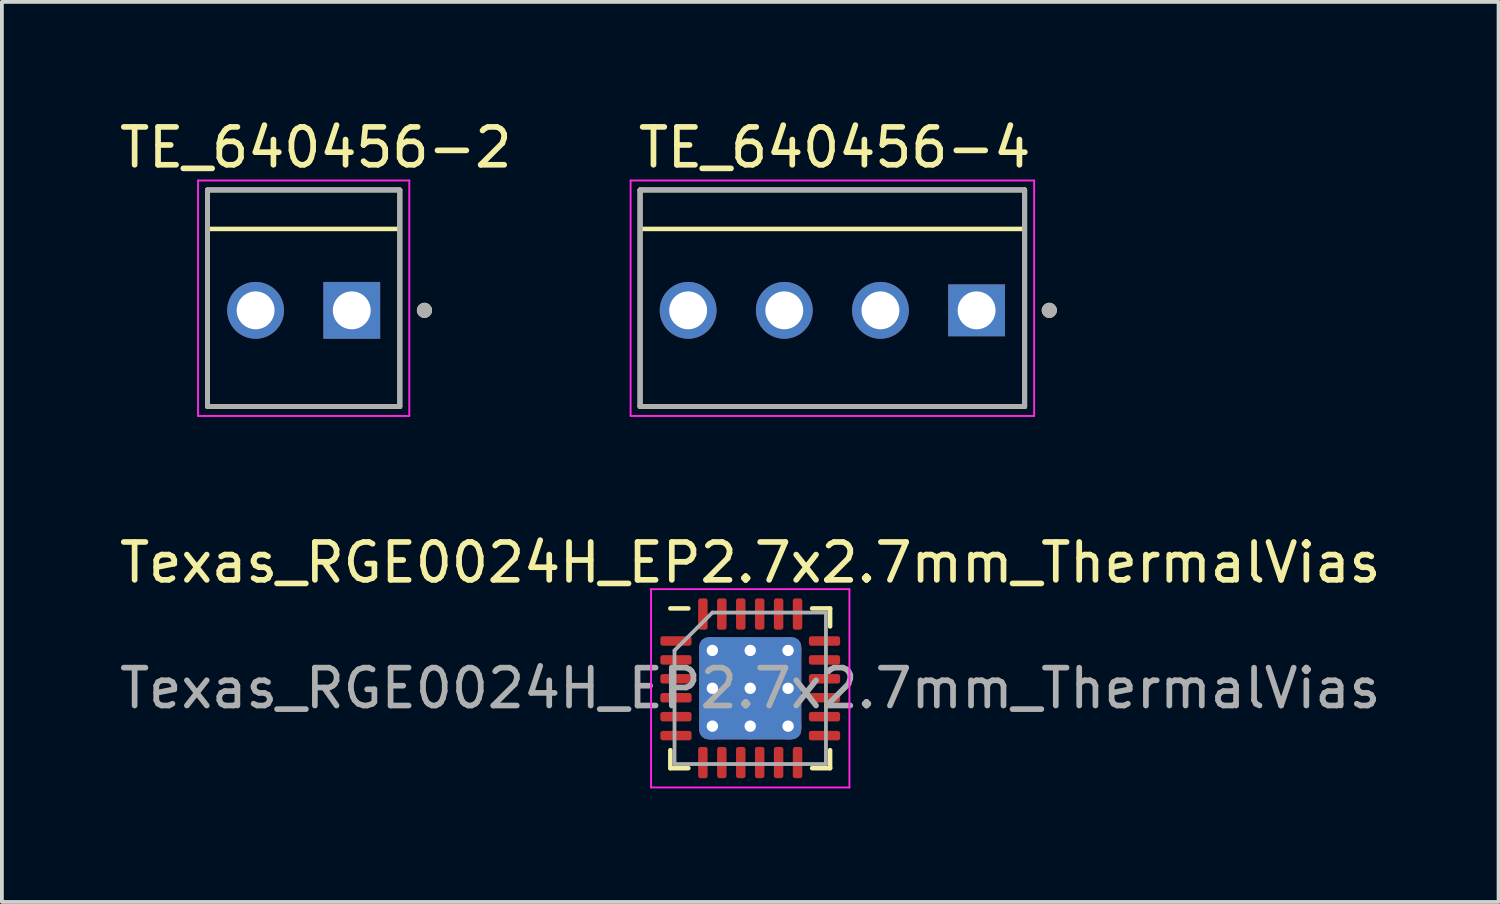
<source format=kicad_pcb>
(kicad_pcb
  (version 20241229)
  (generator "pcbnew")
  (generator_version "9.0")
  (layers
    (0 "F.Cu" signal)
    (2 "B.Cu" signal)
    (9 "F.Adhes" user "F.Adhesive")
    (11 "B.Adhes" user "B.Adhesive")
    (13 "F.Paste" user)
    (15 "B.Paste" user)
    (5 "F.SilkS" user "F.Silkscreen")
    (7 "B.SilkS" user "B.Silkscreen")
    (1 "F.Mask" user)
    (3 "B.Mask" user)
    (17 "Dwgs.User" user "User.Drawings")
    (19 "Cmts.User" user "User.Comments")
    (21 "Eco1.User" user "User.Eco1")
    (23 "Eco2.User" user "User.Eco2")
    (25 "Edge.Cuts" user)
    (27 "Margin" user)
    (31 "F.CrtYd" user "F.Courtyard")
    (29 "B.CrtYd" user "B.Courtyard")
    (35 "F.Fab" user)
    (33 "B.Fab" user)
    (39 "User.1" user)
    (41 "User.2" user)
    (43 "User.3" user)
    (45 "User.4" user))
  (footprint "Texas_RGE0024H_EP2.7x2.7mm_ThermalVias"
    (layer "F.Cu")
    (at 16.768 15.132)
    (property "Reference" "Texas_RGE0024H_EP2.7x2.7mm_ThermalVias" (at 0 -3.32 0) (layer "F.SilkS") (effects (font (size 1 1) (thickness 0.15))))
    (attr smd)
    (fp_line (start -2.11 2.11) (end -2.11 1.635) (stroke (width 0.12) (type solid)) (layer "F.SilkS"))
    (fp_line (start -1.635 -2.11) (end -2.11 -2.11) (stroke (width 0.12) (type solid)) (layer "F.SilkS"))
    (fp_line (start -1.635 2.11) (end -2.11 2.11) (stroke (width 0.12) (type solid)) (layer "F.SilkS"))
    (fp_line (start 1.635 -2.11) (end 2.11 -2.11) (stroke (width 0.12) (type solid)) (layer "F.SilkS"))
    (fp_line (start 1.635 2.11) (end 2.11 2.11) (stroke (width 0.12) (type solid)) (layer "F.SilkS"))
    (fp_line (start 2.11 -2.11) (end 2.11 -1.635) (stroke (width 0.12) (type solid)) (layer "F.SilkS"))
    (fp_line (start 2.11 2.11) (end 2.11 1.635) (stroke (width 0.12) (type solid)) (layer "F.SilkS"))
    (fp_line (start -2.62 -2.62) (end -2.62 2.62) (stroke (width 0.05) (type solid)) (layer "F.CrtYd"))
    (fp_line (start -2.62 2.62) (end 2.62 2.62) (stroke (width 0.05) (type solid)) (layer "F.CrtYd"))
    (fp_line (start 2.62 -2.62) (end -2.62 -2.62) (stroke (width 0.05) (type solid)) (layer "F.CrtYd"))
    (fp_line (start 2.62 2.62) (end 2.62 -2.62) (stroke (width 0.05) (type solid)) (layer "F.CrtYd"))
    (fp_line (start -2 -1) (end -1 -2) (stroke (width 0.1) (type solid)) (layer "F.Fab"))
    (fp_line (start -2 2) (end -2 -1) (stroke (width 0.1) (type solid)) (layer "F.Fab"))
    (fp_line (start -1 -2) (end 2 -2) (stroke (width 0.1) (type solid)) (layer "F.Fab"))
    (fp_line (start 2 -2) (end 2 2) (stroke (width 0.1) (type solid)) (layer "F.Fab"))
    (fp_line (start 2 2) (end -2 2) (stroke (width 0.1) (type solid)) (layer "F.Fab"))
    (fp_text user "${REFERENCE}" (at 0 0 0) (layer "F.Fab") (effects (font (size 1 1) (thickness 0.15))))
    (pad "" smd roundrect (at -0.675 -0.675) (size 1.17 1.17) (layers "F.Paste") (roundrect_rratio 0.214))
    (pad "" smd roundrect (at -0.675 0.675) (size 1.17 1.17) (layers "F.Paste") (roundrect_rratio 0.214))
    (pad "" smd roundrect (at 0.675 -0.675) (size 1.17 1.17) (layers "F.Paste") (roundrect_rratio 0.214))
    (pad "" smd roundrect (at 0.675 0.675) (size 1.17 1.17) (layers "F.Paste") (roundrect_rratio 0.214))
    (pad "1" smd roundrect (at -1.962 -1.25) (size 0.825 0.25) (layers "F.Cu" "F.Mask" "F.Paste") (roundrect_rratio 0.25))
    (pad "2" smd roundrect (at -1.962 -0.75) (size 0.825 0.25) (layers "F.Cu" "F.Mask" "F.Paste") (roundrect_rratio 0.25))
    (pad "3" smd roundrect (at -1.962 -0.25) (size 0.825 0.25) (layers "F.Cu" "F.Mask" "F.Paste") (roundrect_rratio 0.25))
    (pad "4" smd roundrect (at -1.962 0.25) (size 0.825 0.25) (layers "F.Cu" "F.Mask" "F.Paste") (roundrect_rratio 0.25))
    (pad "5" smd roundrect (at -1.962 0.75) (size 0.825 0.25) (layers "F.Cu" "F.Mask" "F.Paste") (roundrect_rratio 0.25))
    (pad "6" smd roundrect (at -1.962 1.25) (size 0.825 0.25) (layers "F.Cu" "F.Mask" "F.Paste") (roundrect_rratio 0.25))
    (pad "7" smd roundrect (at -1.25 1.962) (size 0.25 0.825) (layers "F.Cu" "F.Mask" "F.Paste") (roundrect_rratio 0.25))
    (pad "8" smd roundrect (at -0.75 1.962) (size 0.25 0.825) (layers "F.Cu" "F.Mask" "F.Paste") (roundrect_rratio 0.25))
    (pad "9" smd roundrect (at -0.25 1.962) (size 0.25 0.825) (layers "F.Cu" "F.Mask" "F.Paste") (roundrect_rratio 0.25))
    (pad "10" smd roundrect (at 0.25 1.962) (size 0.25 0.825) (layers "F.Cu" "F.Mask" "F.Paste") (roundrect_rratio 0.25))
    (pad "11" smd roundrect (at 0.75 1.962) (size 0.25 0.825) (layers "F.Cu" "F.Mask" "F.Paste") (roundrect_rratio 0.25))
    (pad "12" smd roundrect (at 1.25 1.962) (size 0.25 0.825) (layers "F.Cu" "F.Mask" "F.Paste") (roundrect_rratio 0.25))
    (pad "13" smd roundrect (at 1.962 1.25) (size 0.825 0.25) (layers "F.Cu" "F.Mask" "F.Paste") (roundrect_rratio 0.25))
    (pad "14" smd roundrect (at 1.962 0.75) (size 0.825 0.25) (layers "F.Cu" "F.Mask" "F.Paste") (roundrect_rratio 0.25))
    (pad "15" smd roundrect (at 1.962 0.25) (size 0.825 0.25) (layers "F.Cu" "F.Mask" "F.Paste") (roundrect_rratio 0.25))
    (pad "16" smd roundrect (at 1.962 -0.25) (size 0.825 0.25) (layers "F.Cu" "F.Mask" "F.Paste") (roundrect_rratio 0.25))
    (pad "17" smd roundrect (at 1.962 -0.75) (size 0.825 0.25) (layers "F.Cu" "F.Mask" "F.Paste") (roundrect_rratio 0.25))
    (pad "18" smd roundrect (at 1.962 -1.25) (size 0.825 0.25) (layers "F.Cu" "F.Mask" "F.Paste") (roundrect_rratio 0.25))
    (pad "19" smd roundrect (at 1.25 -1.962) (size 0.25 0.825) (layers "F.Cu" "F.Mask" "F.Paste") (roundrect_rratio 0.25))
    (pad "20" smd roundrect (at 0.75 -1.962) (size 0.25 0.825) (layers "F.Cu" "F.Mask" "F.Paste") (roundrect_rratio 0.25))
    (pad "21" smd roundrect (at 0.25 -1.962) (size 0.25 0.825) (layers "F.Cu" "F.Mask" "F.Paste") (roundrect_rratio 0.25))
    (pad "22" smd roundrect (at -0.25 -1.962) (size 0.25 0.825) (layers "F.Cu" "F.Mask" "F.Paste") (roundrect_rratio 0.25))
    (pad "23" smd roundrect (at -0.75 -1.962) (size 0.25 0.825) (layers "F.Cu" "F.Mask" "F.Paste") (roundrect_rratio 0.25))
    (pad "24" smd roundrect (at -1.25 -1.962) (size 0.25 0.825) (layers "F.Cu" "F.Mask" "F.Paste") (roundrect_rratio 0.25))
    (pad "25" thru_hole circle (at -1 -1) (size 0.7 0.7) (drill 0.3) (layers "*.Cu"))
    (pad "25" thru_hole circle (at -1 0) (size 0.7 0.7) (drill 0.3) (layers "*.Cu"))
    (pad "25" thru_hole circle (at -1 1) (size 0.7 0.7) (drill 0.3) (layers "*.Cu"))
    (pad "25" thru_hole circle (at 0 -1) (size 0.7 0.7) (drill 0.3) (layers "*.Cu"))
    (pad "25" thru_hole circle (at 0 0) (size 0.7 0.7) (drill 0.3) (layers "*.Cu"))
    (pad "25" smd roundrect (at 0 0) (size 2.7 2.7) (layers "F.Cu" "F.Mask") (roundrect_rratio 0.093))
    (pad "25" smd roundrect (at 0 0) (size 2.7 2.7) (layers "B.Cu") (roundrect_rratio 0.093))
    (pad "25" thru_hole circle (at 0 1) (size 0.7 0.7) (drill 0.3) (layers "*.Cu"))
    (pad "25" thru_hole circle (at 1 -1) (size 0.7 0.7) (drill 0.3) (layers "*.Cu"))
    (pad "25" thru_hole circle (at 1 0) (size 0.7 0.7) (drill 0.3) (layers "*.Cu"))
    (pad "25" thru_hole circle (at 1 1) (size 0.7 0.7) (drill 0.3) (layers "*.Cu")))
  (footprint "TE_640456-4"
    (layer "F.Cu")
    (at 22.748 5.148)
    (property "Reference" "TE_640456-4" (at -3.75 -4.3 0) (layer "F.SilkS") (effects (font (size 1 1) (thickness 0.15))))
    (attr through_hole)
    (fp_line (start -8.89 2.54) (end -8.89 -3.18) (stroke (width 0.127) (type solid)) (layer "F.SilkS"))
    (fp_line (start -8.85 -2.15) (end 1.25 -2.15) (stroke (width 0.12) (type solid)) (layer "F.SilkS"))
    (fp_line (start 1.27 -3.18) (end -8.89 -3.18) (stroke (width 0.127) (type solid)) (layer "F.SilkS"))
    (fp_line (start 1.27 -3.18) (end 1.27 2.54) (stroke (width 0.127) (type solid)) (layer "F.SilkS"))
    (fp_line (start 1.27 2.54) (end -8.89 2.54) (stroke (width 0.127) (type solid)) (layer "F.SilkS"))
    (fp_circle (center 1.92 0) (end 2.02 0) (stroke (width 0.2) (type solid)) (fill no) (layer "F.SilkS"))
    (fp_line (start -9.14 -3.43) (end 1.52 -3.43) (stroke (width 0.05) (type solid)) (layer "F.CrtYd"))
    (fp_line (start -9.14 2.79) (end -9.14 -3.43) (stroke (width 0.05) (type solid)) (layer "F.CrtYd"))
    (fp_line (start 1.52 -3.43) (end 1.52 2.79) (stroke (width 0.05) (type solid)) (layer "F.CrtYd"))
    (fp_line (start 1.52 2.79) (end -9.14 2.79) (stroke (width 0.05) (type solid)) (layer "F.CrtYd"))
    (fp_line (start -8.89 -3.18) (end 1.27 -3.18) (stroke (width 0.127) (type solid)) (layer "F.Fab"))
    (fp_line (start -8.89 -3.18) (end 1.27 -3.18) (stroke (width 0.127) (type solid)) (layer "F.Fab"))
    (fp_line (start -8.89 2.54) (end -8.89 -3.18) (stroke (width 0.127) (type solid)) (layer "F.Fab"))
    (fp_line (start -8.89 2.54) (end -8.89 -3.18) (stroke (width 0.127) (type solid)) (layer "F.Fab"))
    (fp_line (start 1.27 -3.18) (end 1.27 2.54) (stroke (width 0.127) (type solid)) (layer "F.Fab"))
    (fp_line (start 1.27 -3.18) (end 1.27 2.54) (stroke (width 0.127) (type solid)) (layer "F.Fab"))
    (fp_line (start 1.27 2.54) (end -8.89 2.54) (stroke (width 0.127) (type solid)) (layer "F.Fab"))
    (fp_circle (center 1.92 0) (end 2.02 0) (stroke (width 0.2) (type solid)) (fill no) (layer "F.Fab"))
    (pad "1" thru_hole rect (at 0 0) (size 1.5 1.37) (drill 1) (layers "*.Cu" "*.Mask"))
    (pad "2" thru_hole circle (at -2.54 0) (size 1.5 1.5) (drill 1) (layers "*.Cu" "*.Mask"))
    (pad "3" thru_hole circle (at -5.08 0) (size 1.5 1.5) (drill 1) (layers "*.Cu" "*.Mask"))
    (pad "4" thru_hole circle (at -7.62 0) (size 1.5 1.5) (drill 1) (layers "*.Cu" "*.Mask")))
  (footprint "TE_640456-2"
    (layer "F.Cu")
    (at 6.242 5.148)
    (property "Reference" "TE_640456-2" (at -0.95 -4.3 0) (layer "F.SilkS") (effects (font (size 1 1) (thickness 0.15))))
    (attr through_hole)
    (fp_line (start -3.81 2.54) (end -3.81 -3.18) (stroke (width 0.127) (type solid)) (layer "F.SilkS"))
    (fp_line (start -3.8 -2.15) (end 1.25 -2.15) (stroke (width 0.12) (type solid)) (layer "F.SilkS"))
    (fp_line (start 1.27 -3.18) (end -3.81 -3.18) (stroke (width 0.127) (type solid)) (layer "F.SilkS"))
    (fp_line (start 1.27 -3.18) (end 1.27 2.54) (stroke (width 0.127) (type solid)) (layer "F.SilkS"))
    (fp_line (start 1.27 2.54) (end -3.81 2.54) (stroke (width 0.127) (type solid)) (layer "F.SilkS"))
    (fp_circle (center 1.92 0) (end 2.02 0) (stroke (width 0.2) (type solid)) (fill no) (layer "F.SilkS"))
    (fp_line (start -4.06 -3.43) (end 1.52 -3.43) (stroke (width 0.05) (type solid)) (layer "F.CrtYd"))
    (fp_line (start -4.06 2.79) (end -4.06 -3.43) (stroke (width 0.05) (type solid)) (layer "F.CrtYd"))
    (fp_line (start 1.52 -3.43) (end 1.52 2.79) (stroke (width 0.05) (type solid)) (layer "F.CrtYd"))
    (fp_line (start 1.52 2.79) (end -4.06 2.79) (stroke (width 0.05) (type solid)) (layer "F.CrtYd"))
    (fp_line (start -3.81 -3.18) (end 1.27 -3.18) (stroke (width 0.127) (type solid)) (layer "F.Fab"))
    (fp_line (start -3.81 -3.18) (end 1.27 -3.18) (stroke (width 0.127) (type solid)) (layer "F.Fab"))
    (fp_line (start -3.81 2.54) (end -3.81 -3.18) (stroke (width 0.127) (type solid)) (layer "F.Fab"))
    (fp_line (start -3.81 2.54) (end -3.81 -3.18) (stroke (width 0.127) (type solid)) (layer "F.Fab"))
    (fp_line (start 1.27 -3.18) (end 1.27 2.54) (stroke (width 0.127) (type solid)) (layer "F.Fab"))
    (fp_line (start 1.27 -3.18) (end 1.27 2.54) (stroke (width 0.127) (type solid)) (layer "F.Fab"))
    (fp_line (start 1.27 2.54) (end -3.81 2.54) (stroke (width 0.127) (type solid)) (layer "F.Fab"))
    (fp_circle (center 1.92 0) (end 2.02 0) (stroke (width 0.2) (type solid)) (fill no) (layer "F.Fab"))
    (pad "1" thru_hole rect (at 0 0) (size 1.5 1.5) (drill 1) (layers "*.Cu" "*.Mask"))
    (pad "2" thru_hole circle (at -2.54 0) (size 1.5 1.5) (drill 1) (layers "*.Cu" "*.Mask")))
  (gr_rect
    (start -3 -3)
    (end 36.536 20.776)
    (stroke (width 0.1) (type default))
    (fill no)
    (layer "Edge.Cuts")))
</source>
